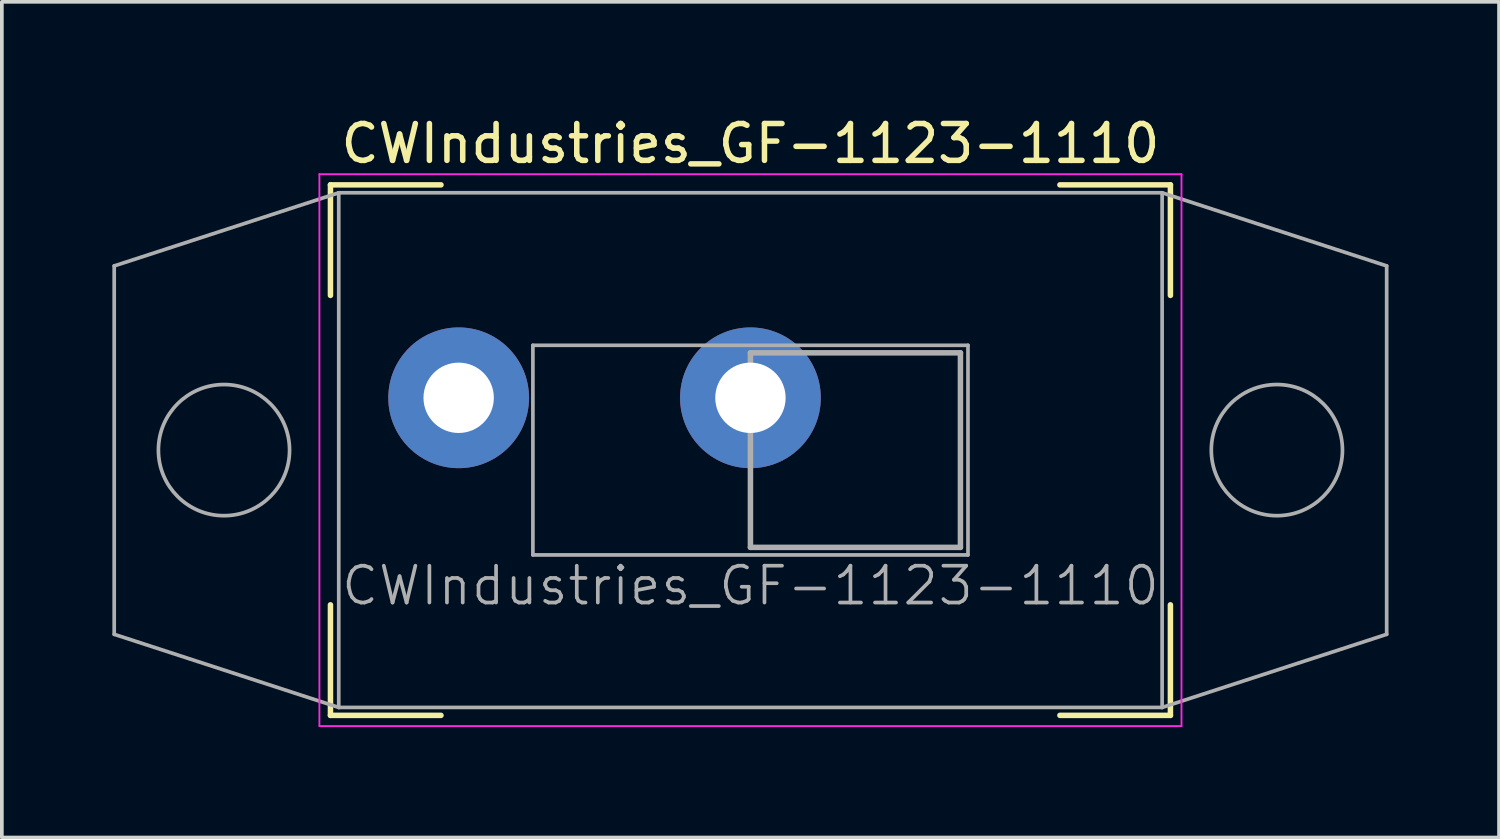
<source format=kicad_pcb>
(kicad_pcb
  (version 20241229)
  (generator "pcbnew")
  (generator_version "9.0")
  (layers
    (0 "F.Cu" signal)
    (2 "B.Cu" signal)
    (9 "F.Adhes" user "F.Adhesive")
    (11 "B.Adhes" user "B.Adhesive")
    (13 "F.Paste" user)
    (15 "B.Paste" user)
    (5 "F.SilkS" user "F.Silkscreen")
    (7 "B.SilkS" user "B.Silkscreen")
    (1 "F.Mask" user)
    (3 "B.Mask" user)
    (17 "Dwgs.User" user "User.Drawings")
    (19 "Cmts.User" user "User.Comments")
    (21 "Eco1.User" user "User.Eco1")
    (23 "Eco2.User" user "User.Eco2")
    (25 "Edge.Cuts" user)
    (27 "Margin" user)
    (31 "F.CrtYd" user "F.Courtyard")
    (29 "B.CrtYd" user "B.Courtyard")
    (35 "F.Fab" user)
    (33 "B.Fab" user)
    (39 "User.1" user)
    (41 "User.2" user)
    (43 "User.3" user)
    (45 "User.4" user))
  (footprint "CWIndustries_GF-1123-1110"
    (layer "F.Cu")
    (at 17.32 7.748)
    (property "Reference" "CWIndustries_GF-1123-1110" (at 0 -6.9 0) (layer "F.SilkS") (effects (font (size 1 1) (thickness 0.15))))
    (attr through_hole)
    (fp_line (start -11.4 -5.78) (end -11.4 -2.78) (stroke (width 0.15) (type solid)) (layer "F.SilkS"))
    (fp_line (start -11.4 5.62) (end -11.4 8.62) (stroke (width 0.15) (type solid)) (layer "F.SilkS"))
    (fp_line (start -11.4 8.62) (end -8.4 8.62) (stroke (width 0.15) (type solid)) (layer "F.SilkS"))
    (fp_line (start -8.4 -5.78) (end -11.4 -5.78) (stroke (width 0.15) (type solid)) (layer "F.SilkS"))
    (fp_line (start 8.4 -5.78) (end 11.4 -5.78) (stroke (width 0.15) (type solid)) (layer "F.SilkS"))
    (fp_line (start 8.4 8.62) (end 11.4 8.62) (stroke (width 0.15) (type solid)) (layer "F.SilkS"))
    (fp_line (start 11.4 -5.78) (end 11.4 -2.78) (stroke (width 0.15) (type solid)) (layer "F.SilkS"))
    (fp_line (start 11.4 8.62) (end 11.4 5.62) (stroke (width 0.15) (type solid)) (layer "F.SilkS"))
    (fp_line (start -11.7 -6.07) (end -11.7 8.91) (stroke (width 0.05) (type solid)) (layer "F.CrtYd"))
    (fp_line (start -11.7 8.91) (end 11.7 8.91) (stroke (width 0.05) (type solid)) (layer "F.CrtYd"))
    (fp_line (start 11.7 -6.07) (end -11.7 -6.07) (stroke (width 0.05) (type solid)) (layer "F.CrtYd"))
    (fp_line (start 11.7 8.91) (end 11.7 -6.07) (stroke (width 0.05) (type solid)) (layer "F.CrtYd"))
    (fp_line (start -17.27 -3.58) (end -17.27 6.42) (stroke (width 0.1) (type solid)) (layer "F.Fab"))
    (fp_line (start -17.27 6.42) (end -11.175 8.405) (stroke (width 0.1) (type solid)) (layer "F.Fab"))
    (fp_line (start -11.175 -5.565) (end -17.27 -3.58) (stroke (width 0.1) (type solid)) (layer "F.Fab"))
    (fp_line (start -11.175 -5.565) (end -11.175 8.405) (stroke (width 0.1) (type solid)) (layer "F.Fab"))
    (fp_line (start -11.175 8.405) (end 11.175 8.405) (stroke (width 0.1) (type solid)) (layer "F.Fab"))
    (fp_line (start -5.905 -1.425) (end -5.905 4.265) (stroke (width 0.1) (type solid)) (layer "F.Fab"))
    (fp_line (start -5.905 4.265) (end 5.905 4.265) (stroke (width 0.1) (type solid)) (layer "F.Fab"))
    (fp_line (start 0 -1.22) (end 5.7 -1.22) (stroke (width 0.15) (type solid)) (layer "F.Fab"))
    (fp_line (start 0 4.06) (end 0 -1.22) (stroke (width 0.15) (type solid)) (layer "F.Fab"))
    (fp_line (start 5.7 -1.22) (end 5.7 4.06) (stroke (width 0.15) (type solid)) (layer "F.Fab"))
    (fp_line (start 5.7 4.06) (end 0 4.06) (stroke (width 0.15) (type solid)) (layer "F.Fab"))
    (fp_line (start 5.905 -1.425) (end -5.905 -1.425) (stroke (width 0.1) (type solid)) (layer "F.Fab"))
    (fp_line (start 5.905 4.265) (end 5.905 -1.425) (stroke (width 0.1) (type solid)) (layer "F.Fab"))
    (fp_line (start 11.175 -5.565) (end -11.175 -5.565) (stroke (width 0.1) (type solid)) (layer "F.Fab"))
    (fp_line (start 11.175 8.405) (end 11.175 -5.565) (stroke (width 0.1) (type solid)) (layer "F.Fab"))
    (fp_line (start 17.27 -3.58) (end 11.175 -5.565) (stroke (width 0.1) (type solid)) (layer "F.Fab"))
    (fp_line (start 17.27 -3.58) (end 17.27 6.42) (stroke (width 0.1) (type solid)) (layer "F.Fab"))
    (fp_line (start 17.27 6.42) (end 11.175 8.405) (stroke (width 0.1) (type solid)) (layer "F.Fab"))
    (fp_circle (center -14.29 1.42) (end -12.51 1.42) (stroke (width 0.1) (type solid)) (fill no) (layer "F.Fab"))
    (fp_circle (center 14.29 1.42) (end 12.51 1.42) (stroke (width 0.1) (type solid)) (fill no) (layer "F.Fab"))
    (fp_text user "${REFERENCE}" (at 0 5.1 0) (layer "F.Fab") (effects (font (size 1 1) (thickness 0.1))))
    (pad "1" thru_hole circle (at 0 0) (size 3.82 3.82) (drill 1.91) (layers "*.Cu" "*.Mask"))
    (pad "2" thru_hole circle (at -7.92 0) (size 3.82 3.82) (drill 1.91) (layers "*.Cu" "*.Mask")))
  (gr_rect
    (start -3 -3)
    (end 37.64 19.683)
    (stroke (width 0.1) (type default))
    (fill no)
    (layer "Edge.Cuts")))
</source>
